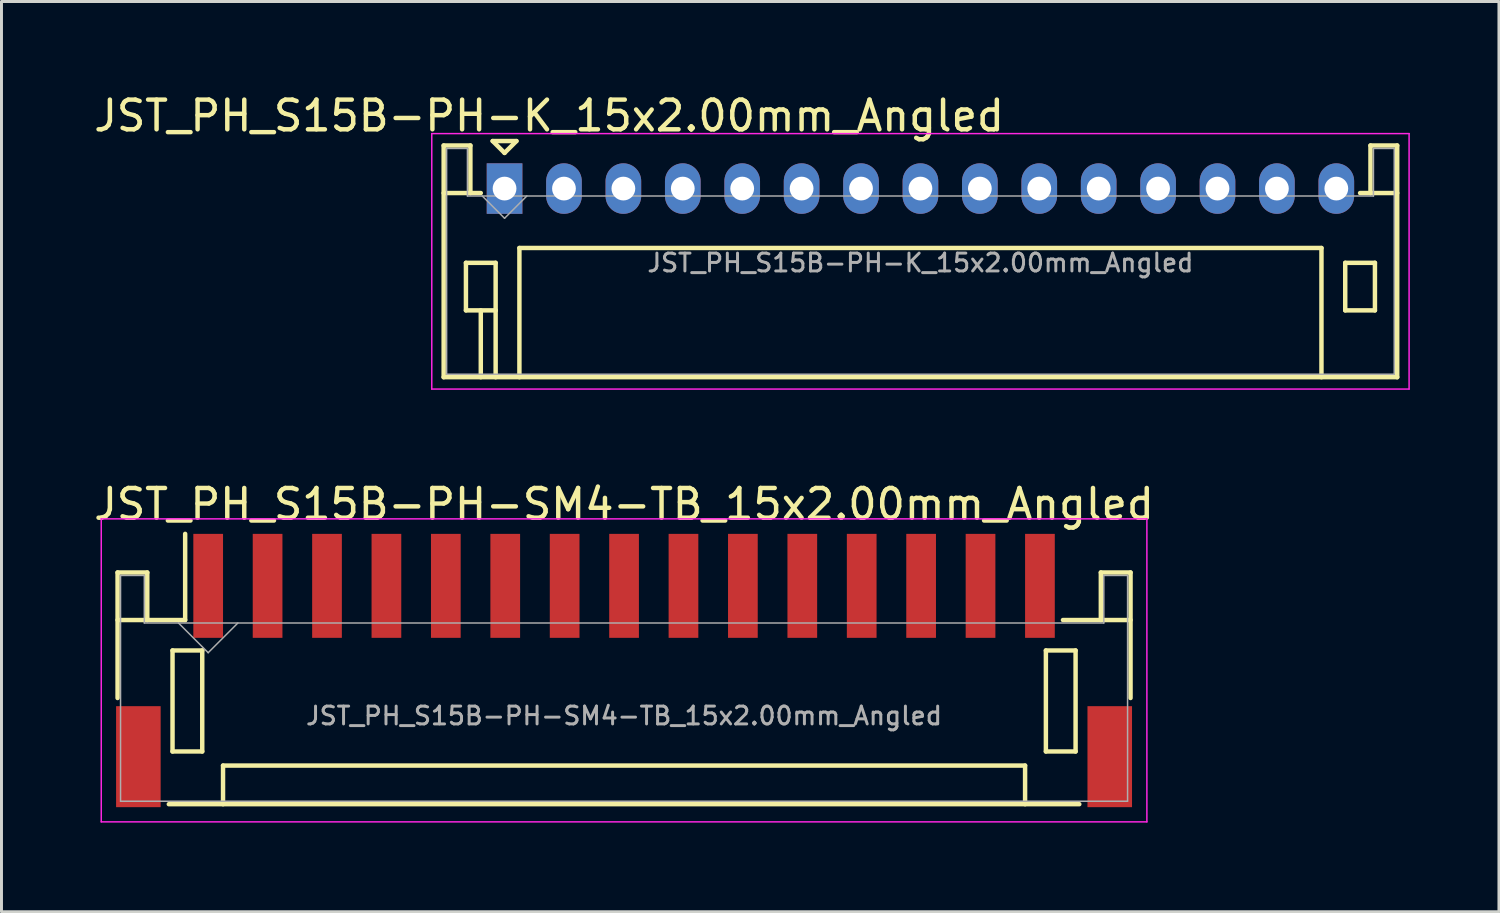
<source format=kicad_pcb>
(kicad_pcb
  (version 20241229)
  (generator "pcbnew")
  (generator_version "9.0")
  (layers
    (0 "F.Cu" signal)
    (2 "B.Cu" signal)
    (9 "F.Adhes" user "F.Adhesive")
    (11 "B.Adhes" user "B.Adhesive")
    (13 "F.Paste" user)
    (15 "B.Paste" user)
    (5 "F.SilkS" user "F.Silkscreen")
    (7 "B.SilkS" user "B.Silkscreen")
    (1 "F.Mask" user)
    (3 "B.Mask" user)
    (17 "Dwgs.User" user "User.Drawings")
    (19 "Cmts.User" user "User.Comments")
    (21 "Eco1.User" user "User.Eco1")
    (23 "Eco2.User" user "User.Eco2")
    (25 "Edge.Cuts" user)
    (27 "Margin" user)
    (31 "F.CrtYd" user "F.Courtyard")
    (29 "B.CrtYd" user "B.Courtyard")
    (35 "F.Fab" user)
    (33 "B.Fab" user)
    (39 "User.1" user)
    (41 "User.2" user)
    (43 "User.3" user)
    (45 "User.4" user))
  (footprint "JST_PH_S15B-PH-K_15x2.00mm_Angled"
    (layer "F.Cu")
    (at 13.935 3.298)
    (property "Reference" "JST_PH_S15B-PH-K_15x2.00mm_Angled" (at 14 2.5 0) (layer "F.Fab") (effects (font (size 0.6 0.6) (thickness 0.1))))
    (attr through_hole)
    (fp_line (start -2.05 -1.45) (end -2.05 6.35) (stroke (width 0.15) (type solid)) (layer "F.SilkS"))
    (fp_line (start -2.05 0.15) (end -1.15 0.15) (stroke (width 0.15) (type solid)) (layer "F.SilkS"))
    (fp_line (start -2.05 6.35) (end 30.05 6.35) (stroke (width 0.15) (type solid)) (layer "F.SilkS"))
    (fp_line (start -1.3 2.5) (end -1.3 4.1) (stroke (width 0.15) (type solid)) (layer "F.SilkS"))
    (fp_line (start -1.3 4.1) (end -0.3 4.1) (stroke (width 0.15) (type solid)) (layer "F.SilkS"))
    (fp_line (start -1.15 -1.45) (end -2.05 -1.45) (stroke (width 0.15) (type solid)) (layer "F.SilkS"))
    (fp_line (start -1.15 0.15) (end -1.15 -1.45) (stroke (width 0.15) (type solid)) (layer "F.SilkS"))
    (fp_line (start -0.8 0.15) (end -1.15 0.15) (stroke (width 0.15) (type solid)) (layer "F.SilkS"))
    (fp_line (start -0.8 4.1) (end -0.8 6.35) (stroke (width 0.15) (type solid)) (layer "F.SilkS"))
    (fp_line (start -0.4 -1.6) (end 0.4 -1.6) (stroke (width 0.15) (type solid)) (layer "F.SilkS"))
    (fp_line (start -0.3 2.5) (end -1.3 2.5) (stroke (width 0.15) (type solid)) (layer "F.SilkS"))
    (fp_line (start -0.3 4.1) (end -0.3 2.5) (stroke (width 0.15) (type solid)) (layer "F.SilkS"))
    (fp_line (start -0.3 4.1) (end -0.3 6.35) (stroke (width 0.15) (type solid)) (layer "F.SilkS"))
    (fp_line (start 0 -1.2) (end -0.4 -1.6) (stroke (width 0.15) (type solid)) (layer "F.SilkS"))
    (fp_line (start 0.4 -1.6) (end 0 -1.2) (stroke (width 0.15) (type solid)) (layer "F.SilkS"))
    (fp_line (start 0.5 2) (end 27.5 2) (stroke (width 0.15) (type solid)) (layer "F.SilkS"))
    (fp_line (start 0.5 6.35) (end 0.5 2) (stroke (width 0.15) (type solid)) (layer "F.SilkS"))
    (fp_line (start 27.5 2) (end 27.5 6.35) (stroke (width 0.15) (type solid)) (layer "F.SilkS"))
    (fp_line (start 28.3 2.5) (end 29.3 2.5) (stroke (width 0.15) (type solid)) (layer "F.SilkS"))
    (fp_line (start 28.3 4.1) (end 28.3 2.5) (stroke (width 0.15) (type solid)) (layer "F.SilkS"))
    (fp_line (start 29.15 -1.45) (end 29.15 0.15) (stroke (width 0.15) (type solid)) (layer "F.SilkS"))
    (fp_line (start 29.15 0.15) (end 28.8 0.15) (stroke (width 0.15) (type solid)) (layer "F.SilkS"))
    (fp_line (start 29.3 2.5) (end 29.3 4.1) (stroke (width 0.15) (type solid)) (layer "F.SilkS"))
    (fp_line (start 29.3 4.1) (end 28.3 4.1) (stroke (width 0.15) (type solid)) (layer "F.SilkS"))
    (fp_line (start 30.05 -1.45) (end 29.15 -1.45) (stroke (width 0.15) (type solid)) (layer "F.SilkS"))
    (fp_line (start 30.05 0.15) (end 29.15 0.15) (stroke (width 0.15) (type solid)) (layer "F.SilkS"))
    (fp_line (start 30.05 6.35) (end 30.05 -1.45) (stroke (width 0.15) (type solid)) (layer "F.SilkS"))
    (fp_line (start -2.45 -1.85) (end -2.45 6.75) (stroke (width 0.05) (type solid)) (layer "F.CrtYd"))
    (fp_line (start -2.45 6.75) (end 30.45 6.75) (stroke (width 0.05) (type solid)) (layer "F.CrtYd"))
    (fp_line (start 30.45 -1.85) (end -2.45 -1.85) (stroke (width 0.05) (type solid)) (layer "F.CrtYd"))
    (fp_line (start 30.45 6.75) (end 30.45 -1.85) (stroke (width 0.05) (type solid)) (layer "F.CrtYd"))
    (fp_line (start -1.95 -1.35) (end -1.95 6.25) (stroke (width 0.05) (type solid)) (layer "F.Fab"))
    (fp_line (start -1.95 6.25) (end 29.95 6.25) (stroke (width 0.05) (type solid)) (layer "F.Fab"))
    (fp_line (start -1.25 -1.35) (end -1.95 -1.35) (stroke (width 0.05) (type solid)) (layer "F.Fab"))
    (fp_line (start -1.25 0.25) (end -1.25 -1.35) (stroke (width 0.05) (type solid)) (layer "F.Fab"))
    (fp_line (start -0.75 0.25) (end 0 1) (stroke (width 0.05) (type solid)) (layer "F.Fab"))
    (fp_line (start 0 1) (end 0.75 0.25) (stroke (width 0.05) (type solid)) (layer "F.Fab"))
    (fp_line (start 29.25 -1.35) (end 29.25 0.25) (stroke (width 0.05) (type solid)) (layer "F.Fab"))
    (fp_line (start 29.25 0.25) (end -1.25 0.25) (stroke (width 0.05) (type solid)) (layer "F.Fab"))
    (fp_line (start 29.95 -1.35) (end 29.25 -1.35) (stroke (width 0.05) (type solid)) (layer "F.Fab"))
    (fp_line (start 29.95 6.25) (end 29.95 -1.35) (stroke (width 0.05) (type solid)) (layer "F.Fab"))
    (fp_text user "${REFERENCE}" (at 1.5 -2.45 0) (layer "F.SilkS") (effects (font (size 1 1) (thickness 0.15))))
    (pad "1" thru_hole rect (at 0 0) (size 1.2 1.7) (drill 0.8) (layers "*.Cu" "*.Mask"))
    (pad "2" thru_hole oval (at 2 0) (size 1.2 1.7) (drill 0.8) (layers "*.Cu" "*.Mask"))
    (pad "3" thru_hole oval (at 4 0) (size 1.2 1.7) (drill 0.8) (layers "*.Cu" "*.Mask"))
    (pad "4" thru_hole oval (at 6 0) (size 1.2 1.7) (drill 0.8) (layers "*.Cu" "*.Mask"))
    (pad "5" thru_hole oval (at 8 0) (size 1.2 1.7) (drill 0.8) (layers "*.Cu" "*.Mask"))
    (pad "6" thru_hole oval (at 10 0) (size 1.2 1.7) (drill 0.8) (layers "*.Cu" "*.Mask"))
    (pad "7" thru_hole oval (at 12 0) (size 1.2 1.7) (drill 0.8) (layers "*.Cu" "*.Mask"))
    (pad "8" thru_hole oval (at 14 0) (size 1.2 1.7) (drill 0.8) (layers "*.Cu" "*.Mask"))
    (pad "9" thru_hole oval (at 16 0) (size 1.2 1.7) (drill 0.8) (layers "*.Cu" "*.Mask"))
    (pad "10" thru_hole oval (at 18 0) (size 1.2 1.7) (drill 0.8) (layers "*.Cu" "*.Mask"))
    (pad "11" thru_hole oval (at 20 0) (size 1.2 1.7) (drill 0.8) (layers "*.Cu" "*.Mask"))
    (pad "12" thru_hole oval (at 22 0) (size 1.2 1.7) (drill 0.8) (layers "*.Cu" "*.Mask"))
    (pad "13" thru_hole oval (at 24 0) (size 1.2 1.7) (drill 0.8) (layers "*.Cu" "*.Mask"))
    (pad "14" thru_hole oval (at 26 0) (size 1.2 1.7) (drill 0.8) (layers "*.Cu" "*.Mask"))
    (pad "15" thru_hole oval (at 28 0) (size 1.2 1.7) (drill 0.8) (layers "*.Cu" "*.Mask")))
  (footprint "JST_PH_S15B-PH-SM4-TB_15x2.00mm_Angled"
    (layer "F.Cu")
    (at 17.958 19.547)
    (property "Reference" "JST_PH_S15B-PH-SM4-TB_15x2.00mm_Angled" (at 0 1.5 0) (layer "F.Fab") (effects (font (size 0.6 0.6) (thickness 0.1))))
    (attr smd)
    (fp_line (start -17.05 -3.325) (end -17.05 0.9) (stroke (width 0.15) (type solid)) (layer "F.SilkS"))
    (fp_line (start -17.05 -1.725) (end -16.05 -1.725) (stroke (width 0.15) (type solid)) (layer "F.SilkS"))
    (fp_line (start -16.05 -3.325) (end -17.05 -3.325) (stroke (width 0.15) (type solid)) (layer "F.SilkS"))
    (fp_line (start -16.05 -1.725) (end -16.05 -3.325) (stroke (width 0.15) (type solid)) (layer "F.SilkS"))
    (fp_line (start -15.325 4.475) (end 15.325 4.475) (stroke (width 0.15) (type solid)) (layer "F.SilkS"))
    (fp_line (start -15.2 -0.7) (end -15.2 2.7) (stroke (width 0.15) (type solid)) (layer "F.SilkS"))
    (fp_line (start -15.2 2.7) (end -14.2 2.7) (stroke (width 0.15) (type solid)) (layer "F.SilkS"))
    (fp_line (start -14.775 -1.725) (end -16.05 -1.725) (stroke (width 0.15) (type solid)) (layer "F.SilkS"))
    (fp_line (start -14.775 -1.725) (end -14.775 -4.625) (stroke (width 0.15) (type solid)) (layer "F.SilkS"))
    (fp_line (start -14.2 -0.7) (end -15.2 -0.7) (stroke (width 0.15) (type solid)) (layer "F.SilkS"))
    (fp_line (start -14.2 2.7) (end -14.2 -0.7) (stroke (width 0.15) (type solid)) (layer "F.SilkS"))
    (fp_line (start -13.5 3.175) (end 13.5 3.175) (stroke (width 0.15) (type solid)) (layer "F.SilkS"))
    (fp_line (start -13.5 4.475) (end -13.5 3.175) (stroke (width 0.15) (type solid)) (layer "F.SilkS"))
    (fp_line (start 13.5 3.175) (end 13.5 4.475) (stroke (width 0.15) (type solid)) (layer "F.SilkS"))
    (fp_line (start 14.2 -0.7) (end 15.2 -0.7) (stroke (width 0.15) (type solid)) (layer "F.SilkS"))
    (fp_line (start 14.2 2.7) (end 14.2 -0.7) (stroke (width 0.15) (type solid)) (layer "F.SilkS"))
    (fp_line (start 15.2 -0.7) (end 15.2 2.7) (stroke (width 0.15) (type solid)) (layer "F.SilkS"))
    (fp_line (start 15.2 2.7) (end 14.2 2.7) (stroke (width 0.15) (type solid)) (layer "F.SilkS"))
    (fp_line (start 16.05 -3.325) (end 16.05 -1.725) (stroke (width 0.15) (type solid)) (layer "F.SilkS"))
    (fp_line (start 16.05 -1.725) (end 14.775 -1.725) (stroke (width 0.15) (type solid)) (layer "F.SilkS"))
    (fp_line (start 17.05 -3.325) (end 16.05 -3.325) (stroke (width 0.15) (type solid)) (layer "F.SilkS"))
    (fp_line (start 17.05 -1.725) (end 16.05 -1.725) (stroke (width 0.15) (type solid)) (layer "F.SilkS"))
    (fp_line (start 17.05 0.9) (end 17.05 -3.325) (stroke (width 0.15) (type solid)) (layer "F.SilkS"))
    (fp_line (start -17.6 -5.13) (end -17.6 5.07) (stroke (width 0.05) (type solid)) (layer "F.CrtYd"))
    (fp_line (start -17.6 5.07) (end 17.6 5.07) (stroke (width 0.05) (type solid)) (layer "F.CrtYd"))
    (fp_line (start 17.6 -5.13) (end -17.6 -5.13) (stroke (width 0.05) (type solid)) (layer "F.CrtYd"))
    (fp_line (start 17.6 5.07) (end 17.6 -5.13) (stroke (width 0.05) (type solid)) (layer "F.CrtYd"))
    (fp_line (start -16.95 -3.225) (end -16.95 4.375) (stroke (width 0.05) (type solid)) (layer "F.Fab"))
    (fp_line (start -16.95 4.375) (end 16.95 4.375) (stroke (width 0.05) (type solid)) (layer "F.Fab"))
    (fp_line (start -16.15 -3.225) (end -16.95 -3.225) (stroke (width 0.05) (type solid)) (layer "F.Fab"))
    (fp_line (start -16.15 -1.625) (end -16.15 -3.225) (stroke (width 0.05) (type solid)) (layer "F.Fab"))
    (fp_line (start -15 -1.625) (end -14 -0.625) (stroke (width 0.05) (type solid)) (layer "F.Fab"))
    (fp_line (start -14 -0.625) (end -13 -1.625) (stroke (width 0.05) (type solid)) (layer "F.Fab"))
    (fp_line (start 16.15 -3.225) (end 16.15 -1.625) (stroke (width 0.05) (type solid)) (layer "F.Fab"))
    (fp_line (start 16.15 -1.625) (end -16.15 -1.625) (stroke (width 0.05) (type solid)) (layer "F.Fab"))
    (fp_line (start 16.95 -3.225) (end 16.15 -3.225) (stroke (width 0.05) (type solid)) (layer "F.Fab"))
    (fp_line (start 16.95 4.375) (end 16.95 -3.225) (stroke (width 0.05) (type solid)) (layer "F.Fab"))
    (fp_text user "${REFERENCE}" (at 0 -5.625 0) (layer "F.SilkS") (effects (font (size 1 1) (thickness 0.15))))
    (pad "" smd rect (at -16.35 2.875) (size 1.5 3.4) (layers "F.Cu" "F.Mask" "F.Paste"))
    (pad "" smd rect (at 16.35 2.875) (size 1.5 3.4) (layers "F.Cu" "F.Mask" "F.Paste"))
    (pad "1" smd rect (at -14 -2.875) (size 1 3.5) (layers "F.Cu" "F.Mask" "F.Paste"))
    (pad "2" smd rect (at -12 -2.875) (size 1 3.5) (layers "F.Cu" "F.Mask" "F.Paste"))
    (pad "3" smd rect (at -10 -2.875) (size 1 3.5) (layers "F.Cu" "F.Mask" "F.Paste"))
    (pad "4" smd rect (at -8 -2.875) (size 1 3.5) (layers "F.Cu" "F.Mask" "F.Paste"))
    (pad "5" smd rect (at -6 -2.875) (size 1 3.5) (layers "F.Cu" "F.Mask" "F.Paste"))
    (pad "6" smd rect (at -4 -2.875) (size 1 3.5) (layers "F.Cu" "F.Mask" "F.Paste"))
    (pad "7" smd rect (at -2 -2.875) (size 1 3.5) (layers "F.Cu" "F.Mask" "F.Paste"))
    (pad "8" smd rect (at 0 -2.875) (size 1 3.5) (layers "F.Cu" "F.Mask" "F.Paste"))
    (pad "9" smd rect (at 2 -2.875) (size 1 3.5) (layers "F.Cu" "F.Mask" "F.Paste"))
    (pad "10" smd rect (at 4 -2.875) (size 1 3.5) (layers "F.Cu" "F.Mask" "F.Paste"))
    (pad "11" smd rect (at 6 -2.875) (size 1 3.5) (layers "F.Cu" "F.Mask" "F.Paste"))
    (pad "12" smd rect (at 8 -2.875) (size 1 3.5) (layers "F.Cu" "F.Mask" "F.Paste"))
    (pad "13" smd rect (at 10 -2.875) (size 1 3.5) (layers "F.Cu" "F.Mask" "F.Paste"))
    (pad "14" smd rect (at 12 -2.875) (size 1 3.5) (layers "F.Cu" "F.Mask" "F.Paste"))
    (pad "15" smd rect (at 14 -2.875) (size 1 3.5) (layers "F.Cu" "F.Mask" "F.Paste")))
  (gr_rect
    (start -3 -3)
    (end 47.41 27.642)
    (stroke (width 0.1) (type default))
    (fill no)
    (layer "Edge.Cuts")))
</source>
